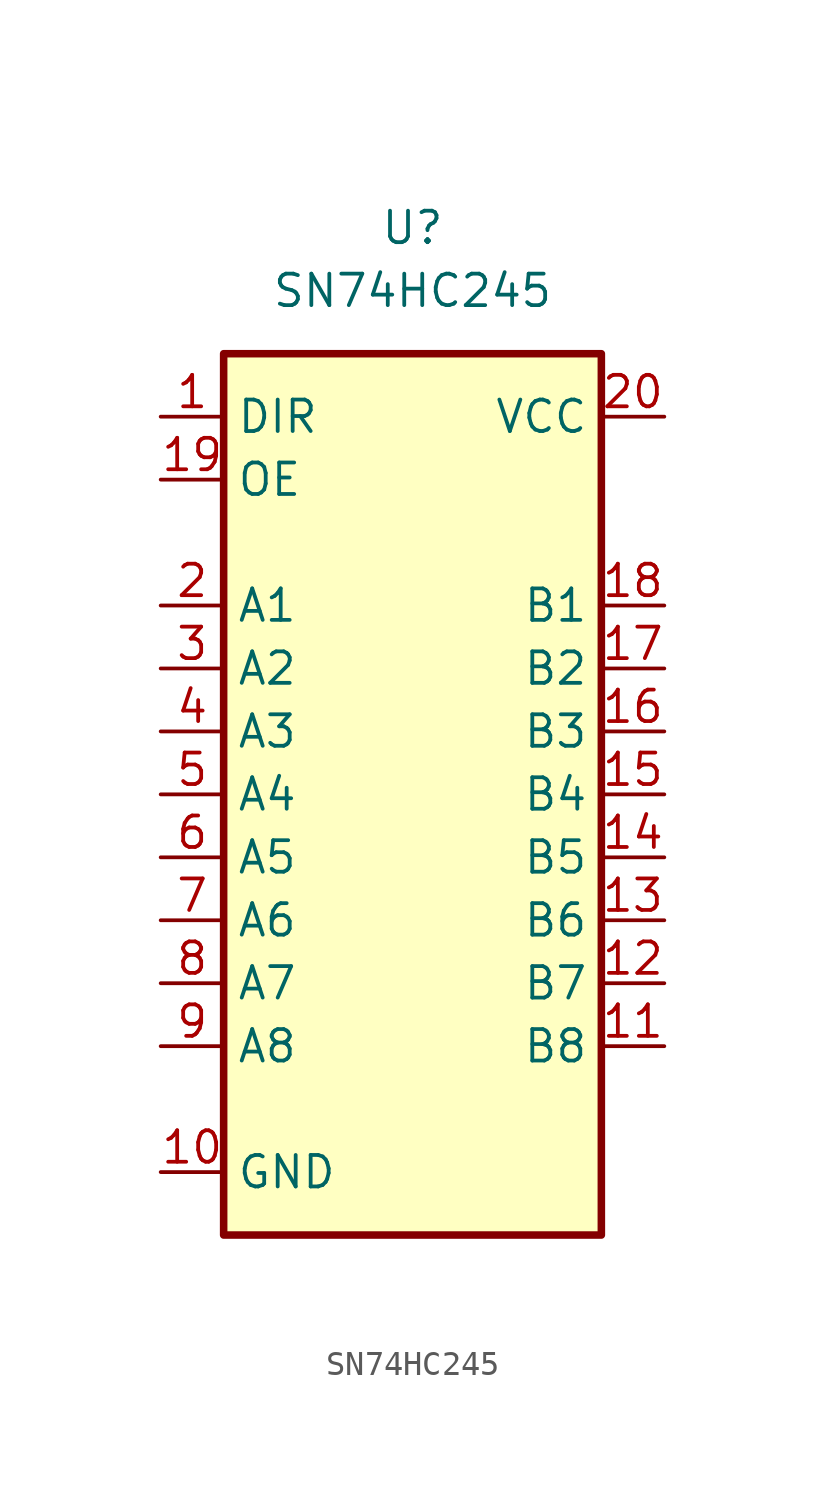
<source format=kicad_sym>
(kicad_symbol_lib
  (version 20220914)
  (generator kicad_symbol_editor)
  (symbol "SN74HC245"
    (property "Reference" "U"
      (at 0 22.86 0)
      (effects (font (size 1.27 1.27))))
    (property "Value" "SN74HC245"
      (at 0 20.32 0)
      (effects (font (size 1.27 1.27))))
    (symbol "SN74HC245_0_1"
      (rectangle (start -7.62 17.78) (end 7.62 -17.78) (stroke (width 0.305) (type default)) (fill (type background))))
    (symbol "SN74HC245_1_1"
      (pin bidirectional line (at -10.16 15.24 0) (length 2.54) (name "DIR" (effects (font (size 1.27 1.27)))) (number "1" (effects (font (size 1.27 1.27)))))
      (pin power_in line (at -10.16 -15.24 0) (length 2.54) (name "GND" (effects (font (size 1.27 1.27)))) (number "10" (effects (font (size 1.27 1.27)))))
      (pin bidirectional line (at 10.16 -10.16 180) (length 2.54) (name "B8" (effects (font (size 1.27 1.27)))) (number "11" (effects (font (size 1.27 1.27)))))
      (pin bidirectional line (at 10.16 -7.62 180) (length 2.54) (name "B7" (effects (font (size 1.27 1.27)))) (number "12" (effects (font (size 1.27 1.27)))))
      (pin bidirectional line (at 10.16 -5.08 180) (length 2.54) (name "B6" (effects (font (size 1.27 1.27)))) (number "13" (effects (font (size 1.27 1.27)))))
      (pin bidirectional line (at 10.16 -2.54 180) (length 2.54) (name "B5" (effects (font (size 1.27 1.27)))) (number "14" (effects (font (size 1.27 1.27)))))
      (pin bidirectional line (at 10.16 0 180) (length 2.54) (name "B4" (effects (font (size 1.27 1.27)))) (number "15" (effects (font (size 1.27 1.27)))))
      (pin bidirectional line (at 10.16 2.54 180) (length 2.54) (name "B3" (effects (font (size 1.27 1.27)))) (number "16" (effects (font (size 1.27 1.27)))))
      (pin bidirectional line (at 10.16 5.08 180) (length 2.54) (name "B2" (effects (font (size 1.27 1.27)))) (number "17" (effects (font (size 1.27 1.27)))))
      (pin bidirectional line (at 10.16 7.62 180) (length 2.54) (name "B1" (effects (font (size 1.27 1.27)))) (number "18" (effects (font (size 1.27 1.27)))))
      (pin bidirectional line (at -10.16 12.7 0) (length 2.54) (name "OE" (effects (font (size 1.27 1.27)))) (number "19" (effects (font (size 1.27 1.27)))))
      (pin bidirectional line (at -10.16 7.62 0) (length 2.54) (name "A1" (effects (font (size 1.27 1.27)))) (number "2" (effects (font (size 1.27 1.27)))))
      (pin power_in line (at 10.16 15.24 180) (length 2.54) (name "VCC" (effects (font (size 1.27 1.27)))) (number "20" (effects (font (size 1.27 1.27)))))
      (pin bidirectional line (at -10.16 5.08 0) (length 2.54) (name "A2" (effects (font (size 1.27 1.27)))) (number "3" (effects (font (size 1.27 1.27)))))
      (pin bidirectional line (at -10.16 2.54 0) (length 2.54) (name "A3" (effects (font (size 1.27 1.27)))) (number "4" (effects (font (size 1.27 1.27)))))
      (pin bidirectional line (at -10.16 0 0) (length 2.54) (name "A4" (effects (font (size 1.27 1.27)))) (number "5" (effects (font (size 1.27 1.27)))))
      (pin bidirectional line (at -10.16 -2.54 0) (length 2.54) (name "A5" (effects (font (size 1.27 1.27)))) (number "6" (effects (font (size 1.27 1.27)))))
      (pin bidirectional line (at -10.16 -5.08 0) (length 2.54) (name "A6" (effects (font (size 1.27 1.27)))) (number "7" (effects (font (size 1.27 1.27)))))
      (pin bidirectional line (at -10.16 -7.62 0) (length 2.54) (name "A7" (effects (font (size 1.27 1.27)))) (number "8" (effects (font (size 1.27 1.27)))))
      (pin bidirectional line (at -10.16 -10.16 0) (length 2.54) (name "A8" (effects (font (size 1.27 1.27)))) (number "9" (effects (font (size 1.27 1.27))))))))
</source>
